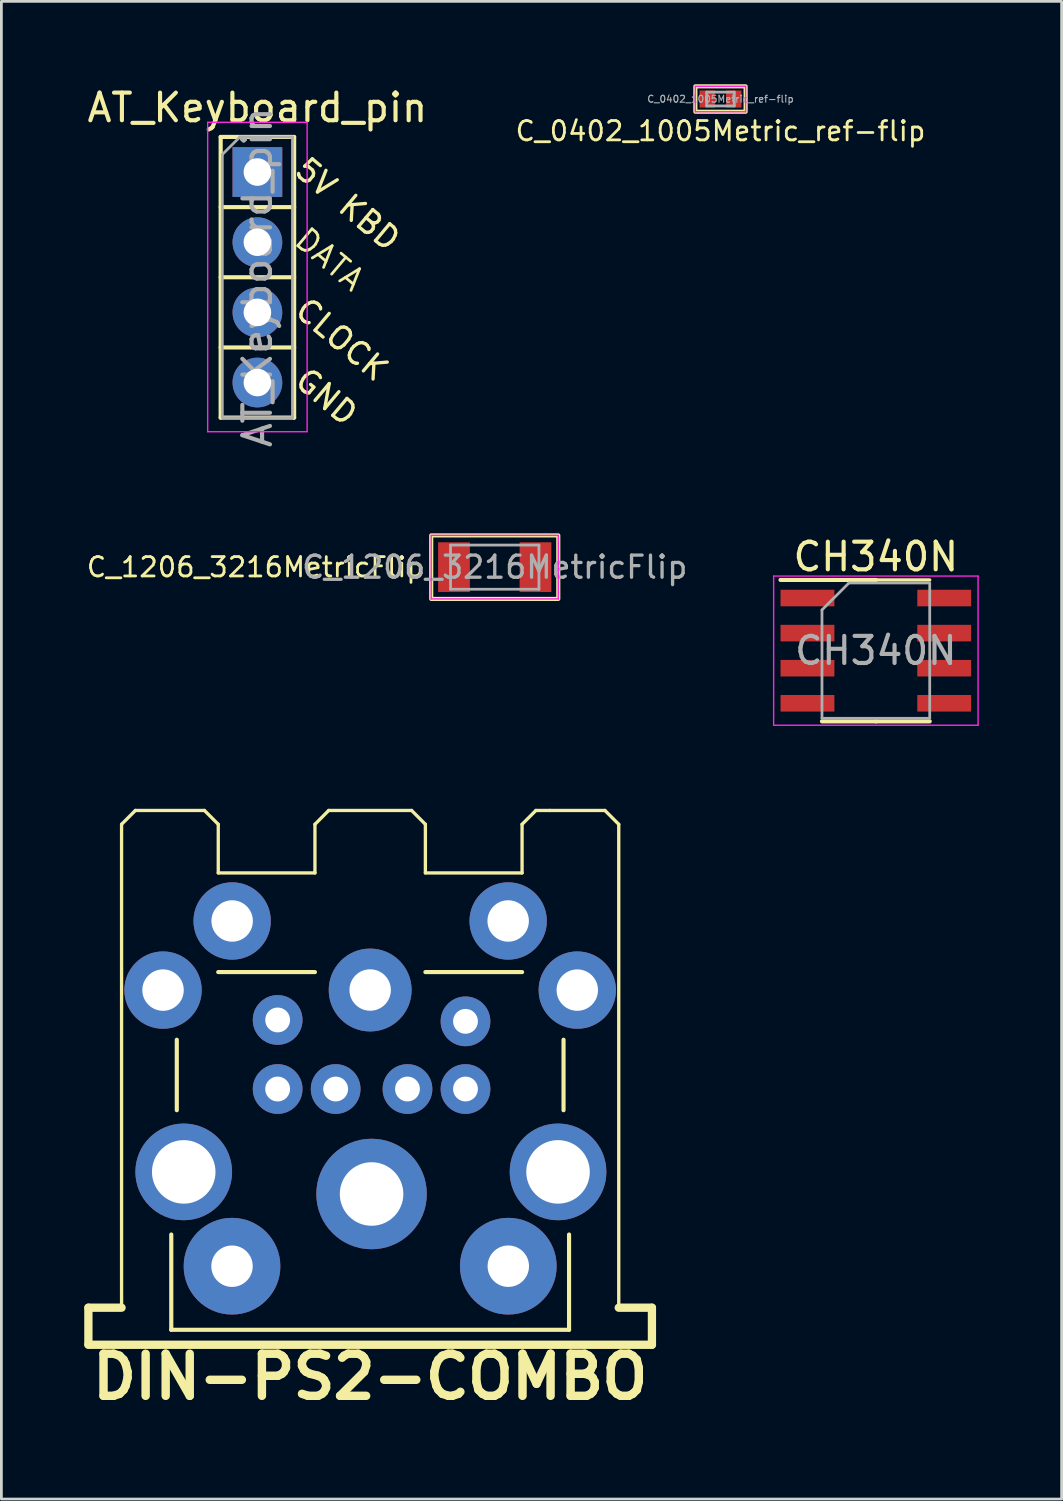
<source format=kicad_pcb>
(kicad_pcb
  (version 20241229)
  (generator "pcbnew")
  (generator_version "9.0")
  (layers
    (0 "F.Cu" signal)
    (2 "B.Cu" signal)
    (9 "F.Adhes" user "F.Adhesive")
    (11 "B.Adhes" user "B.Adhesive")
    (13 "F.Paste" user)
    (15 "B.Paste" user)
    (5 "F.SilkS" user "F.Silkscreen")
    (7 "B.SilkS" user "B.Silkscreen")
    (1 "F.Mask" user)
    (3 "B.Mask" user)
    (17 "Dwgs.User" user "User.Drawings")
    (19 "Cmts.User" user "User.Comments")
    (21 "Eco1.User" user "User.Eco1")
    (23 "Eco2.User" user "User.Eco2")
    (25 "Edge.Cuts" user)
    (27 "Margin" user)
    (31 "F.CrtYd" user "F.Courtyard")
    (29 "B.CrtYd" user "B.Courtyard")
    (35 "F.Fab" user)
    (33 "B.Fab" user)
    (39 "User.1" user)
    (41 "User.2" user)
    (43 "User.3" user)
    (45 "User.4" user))
  (footprint "DIN-PS2-COMBO"
    (layer "F.Cu")
    (at 10.35 35.789)
    (property "Reference" "DIN-PS2-COMBO" (at 0 11.001 0) (layer "F.SilkS") (effects (font (size 1.524 1.524) (thickness 0.305))))
    (attr through_hole)
    (fp_line (start -10.2 8.5) (end -8.999 8.5) (stroke (width 0.3) (type solid)) (layer "F.SilkS"))
    (fp_line (start -10.2 9.83) (end -10.2 8.5) (stroke (width 0.3) (type solid)) (layer "F.SilkS"))
    (fp_line (start -8.999 -8.999) (end -8.999 8.5) (stroke (width 0.12) (type solid)) (layer "F.SilkS"))
    (fp_line (start -8.999 -8.999) (end -8.499 -9.5) (stroke (width 0.12) (type solid)) (layer "F.SilkS"))
    (fp_line (start -8.499 -9.5) (end -5.999 -9.5) (stroke (width 0.12) (type solid)) (layer "F.SilkS"))
    (fp_line (start -7.2 5.851) (end -7.2 9.301) (stroke (width 0.15) (type solid)) (layer "F.SilkS"))
    (fp_line (start -7.2 9.301) (end 7.2 9.301) (stroke (width 0.15) (type solid)) (layer "F.SilkS"))
    (fp_line (start -7 -1.2) (end -7 1.351) (stroke (width 0.15) (type solid)) (layer "F.SilkS"))
    (fp_line (start -5.999 -9.5) (end -5.499 -8.999) (stroke (width 0.12) (type solid)) (layer "F.SilkS"))
    (fp_line (start -5.499 -8.999) (end -5.499 -7.239) (stroke (width 0.12) (type solid)) (layer "F.SilkS"))
    (fp_line (start -5.499 -7.239) (end -1.999 -7.239) (stroke (width 0.12) (type solid)) (layer "F.SilkS"))
    (fp_line (start -2 -3.649) (end -5.5 -3.649) (stroke (width 0.15) (type solid)) (layer "F.SilkS"))
    (fp_line (start -1.999 -8.999) (end -1.999 -7.239) (stroke (width 0.12) (type solid)) (layer "F.SilkS"))
    (fp_line (start -1.501 -9.5) (end -1.999 -8.999) (stroke (width 0.12) (type solid)) (layer "F.SilkS"))
    (fp_line (start -1.501 -9.5) (end 1.501 -9.5) (stroke (width 0.12) (type solid)) (layer "F.SilkS"))
    (fp_line (start 1.501 -9.5) (end 1.999 -8.999) (stroke (width 0.12) (type solid)) (layer "F.SilkS"))
    (fp_line (start 1.999 -8.999) (end 1.999 -7.239) (stroke (width 0.12) (type solid)) (layer "F.SilkS"))
    (fp_line (start 5.499 -8.999) (end 5.499 -7.239) (stroke (width 0.12) (type solid)) (layer "F.SilkS"))
    (fp_line (start 5.499 -7.239) (end 1.999 -7.239) (stroke (width 0.12) (type solid)) (layer "F.SilkS"))
    (fp_line (start 5.5 -3.649) (end 2 -3.649) (stroke (width 0.15) (type solid)) (layer "F.SilkS"))
    (fp_line (start 5.999 -9.5) (end 5.499 -8.999) (stroke (width 0.12) (type solid)) (layer "F.SilkS"))
    (fp_line (start 6.5 -9.5) (end 5.999 -9.5) (stroke (width 0.12) (type solid)) (layer "F.SilkS"))
    (fp_line (start 7 1.351) (end 7 -1.2) (stroke (width 0.15) (type solid)) (layer "F.SilkS"))
    (fp_line (start 7.2 9.301) (end 7.2 5.851) (stroke (width 0.15) (type solid)) (layer "F.SilkS"))
    (fp_line (start 8.499 -9.5) (end 6.5 -9.5) (stroke (width 0.12) (type solid)) (layer "F.SilkS"))
    (fp_line (start 8.999 -8.999) (end 8.499 -9.5) (stroke (width 0.12) (type solid)) (layer "F.SilkS"))
    (fp_line (start 8.999 -8.999) (end 8.999 8.5) (stroke (width 0.12) (type solid)) (layer "F.SilkS"))
    (fp_line (start 10.2 8.5) (end 8.999 8.5) (stroke (width 0.3) (type solid)) (layer "F.SilkS"))
    (fp_line (start 10.2 9.842) (end -10.2 9.842) (stroke (width 0.3) (type solid)) (layer "F.SilkS"))
    (fp_line (start 10.2 9.842) (end 10.2 8.5) (stroke (width 0.3) (type solid)) (layer "F.SilkS"))
    (pad "1" thru_hole circle (at 3.451 -1.866 180) (size 1.8 1.8) (drill 0.9) (layers "*.Cu" "*.Mask"))
    (pad "1" thru_hole circle (at 7.498 -2.997) (size 2.8 2.8) (drill 1.5) (layers "*.Cu" "*.Mask"))
    (pad "2" thru_hole circle (at 0 -3) (size 3 3) (drill 1.5) (layers "*.Cu" "*.Mask"))
    (pad "2" thru_hole circle (at 1.351 0.584 180) (size 1.8 1.8) (drill 0.9) (layers "*.Cu" "*.Mask"))
    (pad "3" thru_hole circle (at -7.498 -2.997) (size 2.8 2.8) (drill 1.5) (layers "*.Cu" "*.Mask"))
    (pad "4" thru_hole circle (at 3.451 0.584 180) (size 1.8 1.8) (drill 0.9) (layers "*.Cu" "*.Mask"))
    (pad "4" thru_hole circle (at 4.996 -5.499) (size 2.8 2.8) (drill 1.5) (layers "*.Cu" "*.Mask"))
    (pad "5" thru_hole circle (at -4.996 -5.499) (size 2.8 2.8) (drill 1.5) (layers "*.Cu" "*.Mask"))
    (pad "5" thru_hole circle (at -3.349 0.584 180) (size 1.8 1.8) (drill 0.9) (layers "*.Cu" "*.Mask"))
    (pad "SH" thru_hole circle (at -6.749 3.584 180) (size 3.5 3.5) (drill 2.3) (layers "*.Cu" "*.Mask"))
    (pad "SH" thru_hole circle (at -5.001 6.998) (size 3.5 3.5) (drill 1.5) (layers "*.Cu" "*.Mask"))
    (pad "SH" thru_hole circle (at 0.051 4.384 180) (size 4 4) (drill 2.3) (layers "*.Cu" "*.Mask"))
    (pad "SH" thru_hole circle (at 5.001 6.998) (size 3.5 3.5) (drill 1.5) (layers "*.Cu" "*.Mask"))
    (pad "SH" thru_hole circle (at 6.801 3.584 180) (size 3.5 3.5) (drill 2.3) (layers "*.Cu" "*.Mask"))
    (pad "x" thru_hole circle (at -3.349 -1.916 180) (size 1.8 1.8) (drill 0.9) (layers "*.Cu" "*.Mask"))
    (pad "x" thru_hole circle (at -1.249 0.584 180) (size 1.8 1.8) (drill 0.9) (layers "*.Cu" "*.Mask")))
  (footprint "C_0402_1005Metric_ref-flip"
    (layer "F.Cu")
    (at 23.032 0.535)
    (property "Reference" "C_0402_1005Metric_ref-flip" (at 0 1.16 0) (layer "F.SilkS") (effects (font (size 0.7 0.7) (thickness 0.1))))
    (attr smd)
    (fp_rect (start -0.91 -0.46) (end 0.91 0.46) (stroke (width 0.15) (type solid)) (fill no) (layer "F.SilkS"))
    (fp_line (start -0.91 -0.46) (end 0.91 -0.46) (stroke (width 0.05) (type solid)) (layer "F.CrtYd"))
    (fp_line (start -0.91 0.46) (end -0.91 -0.46) (stroke (width 0.05) (type solid)) (layer "F.CrtYd"))
    (fp_line (start 0.91 -0.46) (end 0.91 0.46) (stroke (width 0.05) (type solid)) (layer "F.CrtYd"))
    (fp_line (start 0.91 0.46) (end -0.91 0.46) (stroke (width 0.05) (type solid)) (layer "F.CrtYd"))
    (fp_line (start -0.5 -0.25) (end 0.5 -0.25) (stroke (width 0.1) (type solid)) (layer "F.Fab"))
    (fp_line (start -0.5 0.25) (end -0.5 -0.25) (stroke (width 0.1) (type solid)) (layer "F.Fab"))
    (fp_line (start 0.5 -0.25) (end 0.5 0.25) (stroke (width 0.1) (type solid)) (layer "F.Fab"))
    (fp_line (start 0.5 0.25) (end -0.5 0.25) (stroke (width 0.1) (type solid)) (layer "F.Fab"))
    (fp_text user "${REFERENCE}" (at 0 0 0) (layer "F.Fab") (effects (font (size 0.25 0.25) (thickness 0.04))))
    (pad "1" smd rect (at -0.48 0) (size 0.56 0.62) (layers "F.Cu" "F.Mask" "F.Paste"))
    (pad "2" smd rect (at 0.48 0) (size 0.56 0.62) (layers "F.Cu" "F.Mask" "F.Paste")))
  (footprint "AT_Keyboard_pin"
    (layer "F.Cu")
    (at 6.268 3.178)
    (property "Reference" "AT_Keyboard_pin" (at 0 -2.33 0) (layer "F.SilkS") (effects (font (size 1 1) (thickness 0.15))))
    (attr through_hole)
    (fp_line (start -1.33 -1.27) (end -1.33 8.89) (stroke (width 0.15) (type solid)) (layer "F.SilkS"))
    (fp_line (start -1.33 -1.27) (end 1.33 -1.27) (stroke (width 0.15) (type solid)) (layer "F.SilkS"))
    (fp_line (start -1.33 1.27) (end 1.33 1.27) (stroke (width 0.15) (type solid)) (layer "F.SilkS"))
    (fp_line (start -1.33 3.81) (end 1.33 3.81) (stroke (width 0.15) (type solid)) (layer "F.SilkS"))
    (fp_line (start -1.33 6.35) (end 1.33 6.35) (stroke (width 0.15) (type solid)) (layer "F.SilkS"))
    (fp_line (start -1.33 8.89) (end 1.33 8.89) (stroke (width 0.15) (type solid)) (layer "F.SilkS"))
    (fp_line (start 1.33 -1.27) (end 1.33 8.89) (stroke (width 0.15) (type solid)) (layer "F.SilkS"))
    (fp_line (start -1.8 -1.8) (end -1.8 9.4) (stroke (width 0.05) (type solid)) (layer "F.CrtYd"))
    (fp_line (start -1.8 9.4) (end 1.8 9.4) (stroke (width 0.05) (type solid)) (layer "F.CrtYd"))
    (fp_line (start 1.8 -1.8) (end -1.8 -1.8) (stroke (width 0.05) (type solid)) (layer "F.CrtYd"))
    (fp_line (start 1.8 9.4) (end 1.8 -1.8) (stroke (width 0.05) (type solid)) (layer "F.CrtYd"))
    (fp_line (start -1.27 -0.635) (end -0.635 -1.27) (stroke (width 0.1) (type solid)) (layer "F.Fab"))
    (fp_line (start -1.27 8.89) (end -1.27 -0.635) (stroke (width 0.1) (type solid)) (layer "F.Fab"))
    (fp_line (start -0.635 -1.27) (end 1.27 -1.27) (stroke (width 0.1) (type solid)) (layer "F.Fab"))
    (fp_line (start 1.27 -1.27) (end 1.27 8.89) (stroke (width 0.1) (type solid)) (layer "F.Fab"))
    (fp_line (start 1.27 8.89) (end -1.27 8.89) (stroke (width 0.1) (type solid)) (layer "F.Fab"))
    (fp_text user "5V KBD" (at 1.5 -0.318 320) (unlocked yes) (layer "F.SilkS") (effects (font (size 0.8 0.8) (thickness 0.12)) (justify left)))
    (fp_text user "DATA" (at 1.5 2.223 320) (unlocked yes) (layer "F.SilkS") (effects (font (size 0.8 0.8) (thickness 0.1)) (justify left)))
    (fp_text user "GND" (at 1.5 7.303 320) (unlocked yes) (layer "F.SilkS") (effects (font (size 0.8 0.8) (thickness 0.12)) (justify left)))
    (fp_text user "CLOCK" (at 1.5 4.763 320) (unlocked yes) (layer "F.SilkS") (effects (font (size 0.8 0.8) (thickness 0.12)) (justify left)))
    (fp_text user "${REFERENCE}" (at 0 3.81 90) (layer "F.Fab") (effects (font (size 1 1) (thickness 0.15))))
    (pad "1" thru_hole rect (at 0 0) (size 1.8 1.8) (drill 1) (layers "*.Cu" "*.Mask"))
    (pad "2" thru_hole circle (at 0 2.54) (size 1.8 1.8) (drill 1) (layers "*.Cu" "*.Mask"))
    (pad "3" thru_hole circle (at 0 5.08) (size 1.8 1.8) (drill 1) (layers "*.Cu" "*.Mask"))
    (pad "4" thru_hole circle (at 0 7.62) (size 1.8 1.8) (drill 1) (layers "*.Cu" "*.Mask")))
  (footprint "CH340N"
    (layer "F.Cu")
    (at 28.656 20.504)
    (property "Reference" "CH340N" (at 0 -3.4 0) (layer "F.SilkS") (effects (font (size 1 1) (thickness 0.15))))
    (attr smd)
    (fp_line (start 0 -2.56) (end -3.45 -2.56) (stroke (width 0.15) (type solid)) (layer "F.SilkS"))
    (fp_line (start 0 -2.56) (end 1.95 -2.56) (stroke (width 0.12) (type solid)) (layer "F.SilkS"))
    (fp_line (start 0 2.56) (end -1.95 2.56) (stroke (width 0.15) (type solid)) (layer "F.SilkS"))
    (fp_line (start 0 2.56) (end 1.95 2.56) (stroke (width 0.15) (type solid)) (layer "F.SilkS"))
    (fp_line (start -3.7 -2.7) (end -3.7 2.7) (stroke (width 0.05) (type solid)) (layer "F.CrtYd"))
    (fp_line (start -3.7 2.7) (end 3.7 2.7) (stroke (width 0.05) (type solid)) (layer "F.CrtYd"))
    (fp_line (start 3.7 -2.7) (end -3.7 -2.7) (stroke (width 0.05) (type solid)) (layer "F.CrtYd"))
    (fp_line (start 3.7 2.7) (end 3.7 -2.7) (stroke (width 0.05) (type solid)) (layer "F.CrtYd"))
    (fp_line (start -1.95 -1.475) (end -0.975 -2.45) (stroke (width 0.1) (type solid)) (layer "F.Fab"))
    (fp_line (start -1.95 2.45) (end -1.95 -1.475) (stroke (width 0.1) (type solid)) (layer "F.Fab"))
    (fp_line (start -0.975 -2.45) (end 1.95 -2.45) (stroke (width 0.1) (type solid)) (layer "F.Fab"))
    (fp_line (start 1.95 -2.45) (end 1.95 2.45) (stroke (width 0.1) (type solid)) (layer "F.Fab"))
    (fp_line (start 1.95 2.45) (end -1.95 2.45) (stroke (width 0.1) (type solid)) (layer "F.Fab"))
    (fp_text user "${REFERENCE}" (at 0 0 0) (layer "F.Fab") (effects (font (size 0.98 0.98) (thickness 0.15))))
    (pad "1" smd rect (at -2.475 -1.905) (size 1.95 0.6) (layers "F.Cu" "F.Mask" "F.Paste"))
    (pad "2" smd rect (at -2.475 -0.635) (size 1.95 0.6) (layers "F.Cu" "F.Mask" "F.Paste"))
    (pad "3" smd rect (at -2.475 0.635) (size 1.95 0.6) (layers "F.Cu" "F.Mask" "F.Paste"))
    (pad "4" smd rect (at -2.475 1.905) (size 1.95 0.6) (layers "F.Cu" "F.Mask" "F.Paste"))
    (pad "5" smd rect (at 2.475 1.905) (size 1.95 0.6) (layers "F.Cu" "F.Mask" "F.Paste"))
    (pad "6" smd rect (at 2.475 0.635) (size 1.95 0.6) (layers "F.Cu" "F.Mask" "F.Paste"))
    (pad "7" smd rect (at 2.475 -0.635) (size 1.95 0.6) (layers "F.Cu" "F.Mask" "F.Paste"))
    (pad "8" smd rect (at 2.475 -1.905) (size 1.95 0.6) (layers "F.Cu" "F.Mask" "F.Paste")))
  (footprint "C_1206_3216MetricFlip"
    (layer "F.Cu")
    (at 14.86 17.481)
    (property "Reference" "C_1206_3216MetricFlip" (at -2.5 0 0) (unlocked yes) (layer "F.SilkS") (effects (font (size 0.7 0.7) (thickness 0.1)) (justify right)))
    (attr smd)
    (fp_rect (start -2.3 -1.15) (end 2.3 1.15) (stroke (width 0.15) (type solid)) (fill no) (layer "F.SilkS"))
    (fp_line (start -2.3 -1.15) (end 2.3 -1.15) (stroke (width 0.05) (type solid)) (layer "F.CrtYd"))
    (fp_line (start -2.3 1.15) (end -2.3 -1.15) (stroke (width 0.05) (type solid)) (layer "F.CrtYd"))
    (fp_line (start 2.3 -1.15) (end 2.3 1.15) (stroke (width 0.05) (type solid)) (layer "F.CrtYd"))
    (fp_line (start 2.3 1.15) (end -2.3 1.15) (stroke (width 0.05) (type solid)) (layer "F.CrtYd"))
    (fp_line (start -1.6 -0.8) (end 1.6 -0.8) (stroke (width 0.1) (type solid)) (layer "F.Fab"))
    (fp_line (start -1.6 0.8) (end -1.6 -0.8) (stroke (width 0.1) (type solid)) (layer "F.Fab"))
    (fp_line (start 1.6 -0.8) (end 1.6 0.8) (stroke (width 0.1) (type solid)) (layer "F.Fab"))
    (fp_line (start 1.6 0.8) (end -1.6 0.8) (stroke (width 0.1) (type solid)) (layer "F.Fab"))
    (fp_text user "${REFERENCE}" (at 0 0 0) (layer "F.Fab") (effects (font (size 0.8 0.8) (thickness 0.12))))
    (pad "1" smd rect (at -1.475 0) (size 1.15 1.8) (layers "F.Cu" "F.Mask" "F.Paste"))
    (pad "2" smd rect (at 1.475 0) (size 1.15 1.8) (layers "F.Cu" "F.Mask" "F.Paste")))
  (gr_rect
    (start -3 -3)
    (end 35.381 51.216)
    (stroke (width 0.1) (type default))
    (fill no)
    (layer "Edge.Cuts")))
</source>
